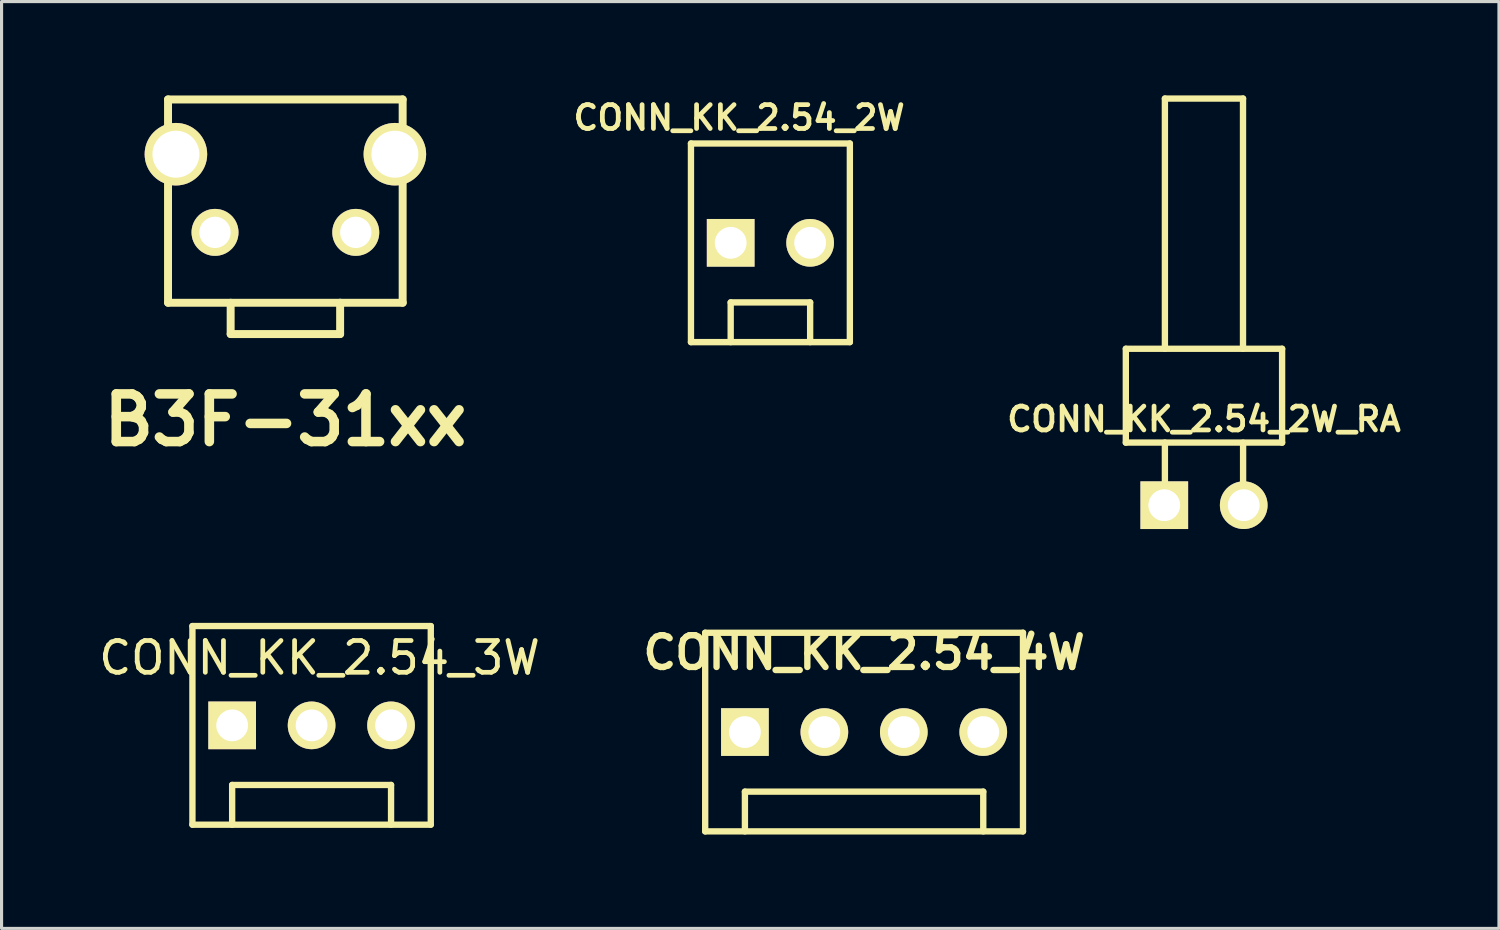
<source format=kicad_pcb>
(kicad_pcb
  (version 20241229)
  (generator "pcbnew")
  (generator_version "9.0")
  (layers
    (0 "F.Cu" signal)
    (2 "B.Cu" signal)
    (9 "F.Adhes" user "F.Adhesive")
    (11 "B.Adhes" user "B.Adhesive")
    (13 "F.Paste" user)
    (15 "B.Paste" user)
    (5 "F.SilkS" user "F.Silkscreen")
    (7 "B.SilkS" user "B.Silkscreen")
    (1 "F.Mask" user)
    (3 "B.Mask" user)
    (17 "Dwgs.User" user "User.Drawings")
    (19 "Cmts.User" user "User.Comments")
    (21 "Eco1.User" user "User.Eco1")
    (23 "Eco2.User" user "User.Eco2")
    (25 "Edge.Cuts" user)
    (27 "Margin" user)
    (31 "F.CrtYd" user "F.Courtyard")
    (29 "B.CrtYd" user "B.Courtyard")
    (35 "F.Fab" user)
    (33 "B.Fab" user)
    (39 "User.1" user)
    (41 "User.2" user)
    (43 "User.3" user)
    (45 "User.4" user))
  (footprint "CONN_KK_2.54_2W_RA"
    (layer "F.Cu")
    (at 35.442 13.101)
    (property "Reference" "CONN_KK_2.54_2W_RA" (at 0 -2.751 0) (layer "F.SilkS") (effects (font (size 0.762 0.762) (thickness 0.152))))
    (attr through_hole)
    (fp_line (start -2.499 -2.002) (end 2.499 -2.002) (stroke (width 0.203) (type solid)) (layer "F.SilkS"))
    (fp_line (start -2.499 -1.999) (end -2.499 -5.001) (stroke (width 0.203) (type solid)) (layer "F.SilkS"))
    (fp_line (start -1.25 -13) (end -1.25 -5.001) (stroke (width 0.203) (type solid)) (layer "F.SilkS"))
    (fp_line (start -1.25 -13) (end 1.25 -13) (stroke (width 0.203) (type solid)) (layer "F.SilkS"))
    (fp_line (start -1.25 -0.003) (end -1.25 -2.002) (stroke (width 0.203) (type solid)) (layer "F.SilkS"))
    (fp_line (start 1.247 -5.001) (end 1.247 -13) (stroke (width 0.203) (type solid)) (layer "F.SilkS"))
    (fp_line (start 1.25 0) (end 1.25 -1.999) (stroke (width 0.203) (type solid)) (layer "F.SilkS"))
    (fp_line (start 2.497 -5.001) (end 2.497 -1.999) (stroke (width 0.203) (type solid)) (layer "F.SilkS"))
    (fp_line (start 2.499 -5.001) (end -2.499 -5.001) (stroke (width 0.203) (type solid)) (layer "F.SilkS"))
    (pad "1" thru_hole rect (at -1.27 0) (size 1.524 1.524) (drill 1.016) (layers "*.Cu" "*.Mask" "F.SilkS"))
    (pad "2" thru_hole circle (at 1.27 0) (size 1.524 1.524) (drill 1.016) (layers "*.Cu" "*.Mask" "F.SilkS")))
  (footprint "CONN_KK_2.54_3W"
    (layer "F.Cu")
    (at 6.912 20.14)
    (property "Reference" "CONN_KK_2.54_3W" (at 0.254 -2.159 0) (layer "F.SilkS") (effects (font (size 1.016 1.016) (thickness 0.152))))
    (attr through_hole)
    (fp_line (start -3.81 3.175) (end -3.81 -3.175) (stroke (width 0.203) (type solid)) (layer "F.SilkS"))
    (fp_line (start -3.81 3.175) (end 3.81 3.175) (stroke (width 0.203) (type solid)) (layer "F.SilkS"))
    (fp_line (start -2.54 1.905) (end 2.54 1.905) (stroke (width 0.203) (type solid)) (layer "F.SilkS"))
    (fp_line (start -2.54 3.175) (end -2.54 1.905) (stroke (width 0.203) (type solid)) (layer "F.SilkS"))
    (fp_line (start 2.54 1.905) (end 2.54 3.175) (stroke (width 0.203) (type solid)) (layer "F.SilkS"))
    (fp_line (start 3.81 -3.175) (end -3.81 -3.175) (stroke (width 0.203) (type solid)) (layer "F.SilkS"))
    (fp_line (start 3.81 -1.27) (end 3.81 1.27) (stroke (width 0.152) (type solid)) (layer "F.SilkS"))
    (fp_line (start 3.81 3.175) (end 3.81 -3.175) (stroke (width 0.203) (type solid)) (layer "F.SilkS"))
    (pad "1" thru_hole rect (at -2.54 0) (size 1.524 1.524) (drill 1.016) (layers "*.Cu" "*.Mask" "F.SilkS"))
    (pad "2" thru_hole circle (at 0 0) (size 1.524 1.524) (drill 1.016) (layers "*.Cu" "*.Mask" "F.SilkS"))
    (pad "3" thru_hole circle (at 2.54 0) (size 1.524 1.524) (drill 1.016) (layers "*.Cu" "*.Mask" "F.SilkS")))
  (footprint "CONN_KK_2.54_2W"
    (layer "F.Cu")
    (at 21.58 4.713)
    (property "Reference" "CONN_KK_2.54_2W" (at -1 -4 0) (layer "F.SilkS") (effects (font (size 0.762 0.762) (thickness 0.152))))
    (attr through_hole)
    (fp_line (start -2.54 -3.175) (end -2.54 3.175) (stroke (width 0.203) (type solid)) (layer "F.SilkS"))
    (fp_line (start -2.54 1.27) (end -2.54 -1.27) (stroke (width 0.152) (type solid)) (layer "F.SilkS"))
    (fp_line (start -2.54 3.175) (end 2.54 3.175) (stroke (width 0.203) (type solid)) (layer "F.SilkS"))
    (fp_line (start -1.27 1.905) (end 1.27 1.905) (stroke (width 0.203) (type solid)) (layer "F.SilkS"))
    (fp_line (start -1.27 3.175) (end -1.27 1.905) (stroke (width 0.203) (type solid)) (layer "F.SilkS"))
    (fp_line (start 1.27 1.905) (end 1.27 3.175) (stroke (width 0.203) (type solid)) (layer "F.SilkS"))
    (fp_line (start 2.54 -3.175) (end -2.54 -3.175) (stroke (width 0.203) (type solid)) (layer "F.SilkS"))
    (fp_line (start 2.54 -1.27) (end 2.54 1.27) (stroke (width 0.152) (type solid)) (layer "F.SilkS"))
    (fp_line (start 2.54 3.175) (end 2.54 -3.175) (stroke (width 0.203) (type solid)) (layer "F.SilkS"))
    (pad "1" thru_hole rect (at -1.27 0) (size 1.524 1.524) (drill 1.016) (layers "*.Cu" "*.Mask" "F.SilkS"))
    (pad "2" thru_hole circle (at 1.27 0) (size 1.524 1.524) (drill 1.016) (layers "*.Cu" "*.Mask" "F.SilkS")))
  (footprint "B3F-31xx"
    (layer "F.Cu")
    (at 6.074 4.379)
    (property "Reference" "B3F-31xx" (at 0 5.999 0) (layer "F.SilkS") (effects (font (size 1.524 1.524) (thickness 0.305))))
    (attr through_hole)
    (fp_line (start -3.752 -4.249) (end 3.749 -4.249) (stroke (width 0.254) (type solid)) (layer "F.SilkS"))
    (fp_line (start -3.752 2.25) (end -3.752 -4.252) (stroke (width 0.254) (type solid)) (layer "F.SilkS"))
    (fp_line (start -1.75 3.251) (end -1.75 2.25) (stroke (width 0.254) (type solid)) (layer "F.SilkS"))
    (fp_line (start -1.75 3.251) (end 1.75 3.251) (stroke (width 0.254) (type solid)) (layer "F.SilkS"))
    (fp_line (start 1.75 3.249) (end 1.75 2.248) (stroke (width 0.254) (type solid)) (layer "F.SilkS"))
    (fp_line (start 3.749 -4.252) (end 3.749 2.25) (stroke (width 0.254) (type solid)) (layer "F.SilkS"))
    (fp_line (start 3.752 2.25) (end -3.749 2.25) (stroke (width 0.254) (type solid)) (layer "F.SilkS"))
    (pad "1" thru_hole circle (at -2.25 0 90) (size 1.501 1.501) (drill 1.001) (layers "*.Cu" "*.Mask" "F.SilkS"))
    (pad "2" thru_hole circle (at 2.25 0 90) (size 1.501 1.501) (drill 1.001) (layers "*.Cu" "*.Mask" "F.SilkS"))
    (pad "3" thru_hole circle (at -3.5 -2.499 90) (size 1.999 1.999) (drill 1.501) (layers "*.Cu" "*.Mask" "F.SilkS"))
    (pad "4" thru_hole circle (at 3.5 -2.499 90) (size 1.999 1.999) (drill 1.501) (layers "*.Cu" "*.Mask" "F.SilkS")))
  (footprint "CONN_KK_2.54_4W"
    (layer "F.Cu")
    (at 24.575 20.354)
    (property "Reference" "CONN_KK_2.54_4W" (at 0 -2.54 0) (layer "F.SilkS") (effects (font (size 1.016 1.016) (thickness 0.203))))
    (attr through_hole)
    (fp_line (start -5.08 -3.175) (end -5.08 3.175) (stroke (width 0.203) (type solid)) (layer "F.SilkS"))
    (fp_line (start -5.08 3.175) (end 5.08 3.175) (stroke (width 0.203) (type solid)) (layer "F.SilkS"))
    (fp_line (start -3.81 1.905) (end 3.81 1.905) (stroke (width 0.203) (type solid)) (layer "F.SilkS"))
    (fp_line (start -3.81 3.175) (end -3.81 1.905) (stroke (width 0.203) (type solid)) (layer "F.SilkS"))
    (fp_line (start 3.81 1.905) (end 3.81 3.175) (stroke (width 0.203) (type solid)) (layer "F.SilkS"))
    (fp_line (start 5.08 -3.175) (end -5.08 -3.175) (stroke (width 0.203) (type solid)) (layer "F.SilkS"))
    (fp_line (start 5.08 3.175) (end 5.08 -3.175) (stroke (width 0.203) (type solid)) (layer "F.SilkS"))
    (pad "1" thru_hole rect (at -3.81 0) (size 1.524 1.524) (drill 1.016) (layers "*.Cu" "*.Mask" "F.SilkS"))
    (pad "2" thru_hole circle (at -1.27 0) (size 1.524 1.524) (drill 1.016) (layers "*.Cu" "*.Mask" "F.SilkS"))
    (pad "3" thru_hole circle (at 1.27 0) (size 1.524 1.524) (drill 1.016) (layers "*.Cu" "*.Mask" "F.SilkS"))
    (pad "4" thru_hole circle (at 3.81 0) (size 1.524 1.524) (drill 1.016) (layers "*.Cu" "*.Mask" "F.SilkS")))
  (gr_rect
    (start -3 -3)
    (end 44.872 26.631)
    (stroke (width 0.1) (type default))
    (fill no)
    (layer "Edge.Cuts")))
</source>
